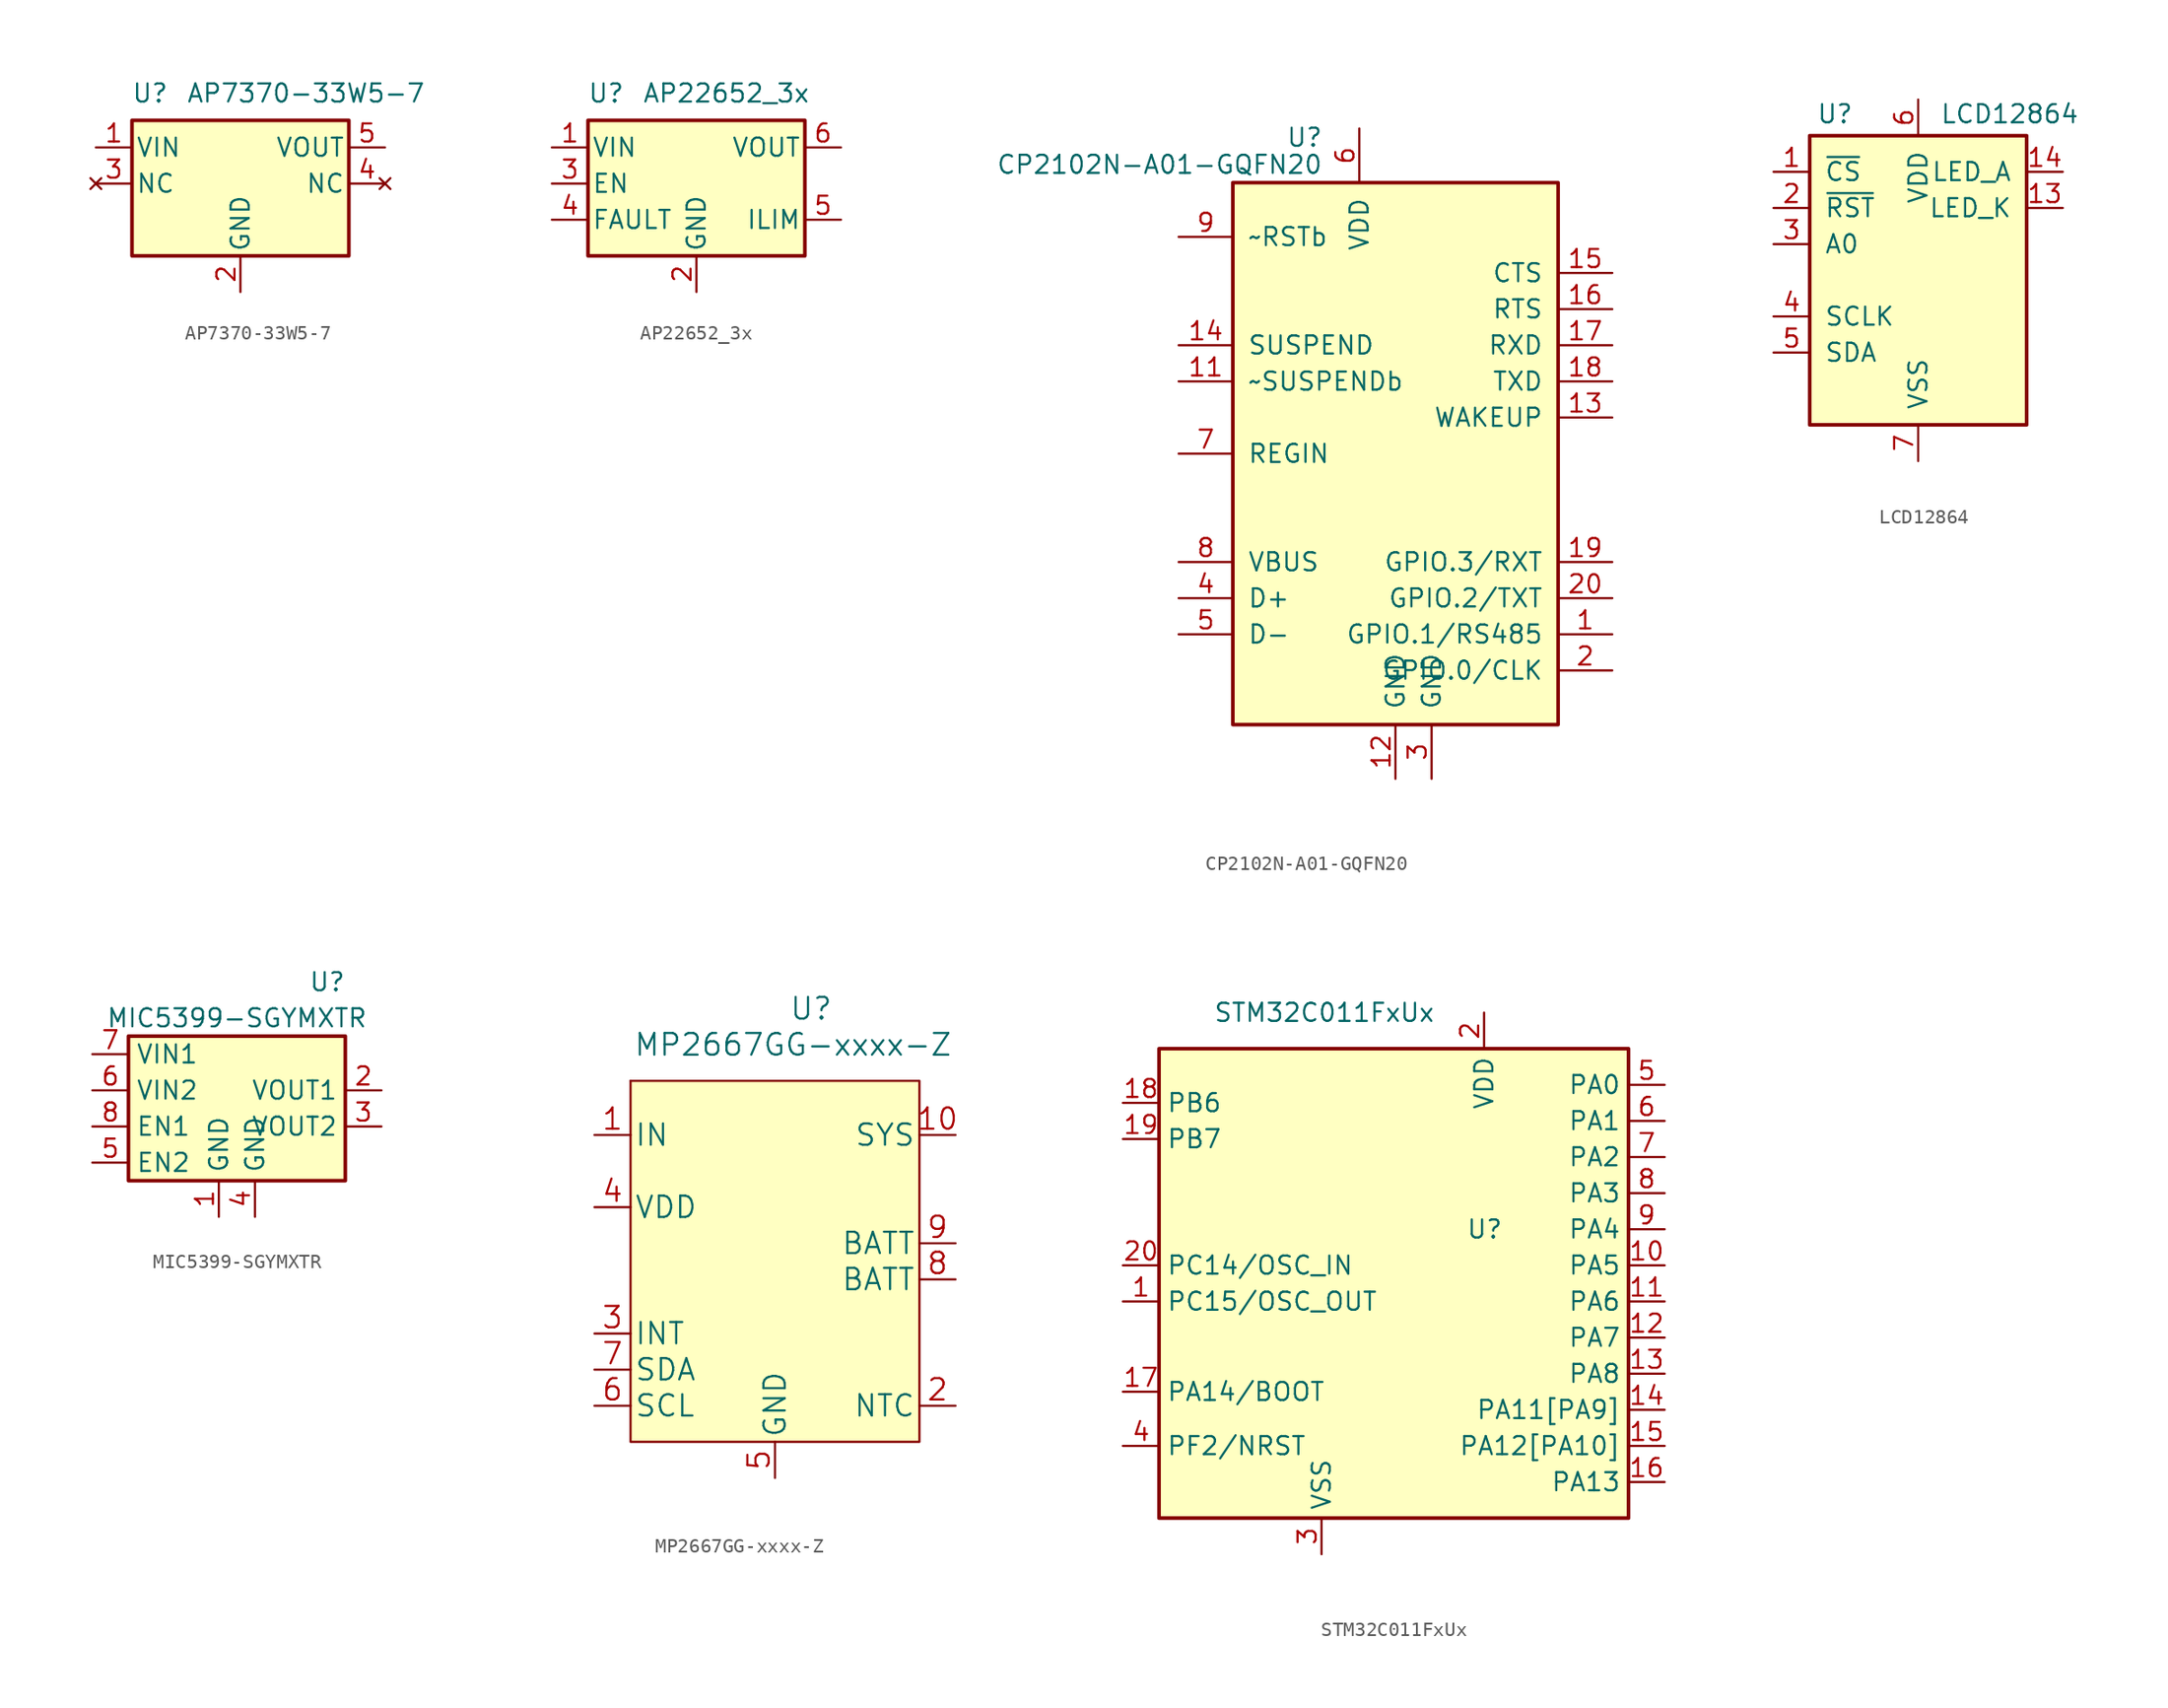
<source format=kicad_sym>
(kicad_symbol_lib
  (version 20220914)
  (generator kicad_symbol_editor)
  (symbol "AP7370-33W5-7"
    (pin_names
      (offset 0.254))
    (property "Reference" "U"
      (at -6.35 6.35 0)
      (effects (font (size 1.27 1.27))))
    (property "Value" "AP7370-33W5-7"
      (at -3.81 6.35 0)
      (effects (font (size 1.27 1.27)) (justify left)))
    (symbol "AP7370-33W5-7_0_1"
      (rectangle (start -7.62 4.445) (end 7.62 -5.08) (stroke (width 0.254) (type default)) (fill (type background))))
    (symbol "AP7370-33W5-7_1_1"
      (pin power_in line (at -10.16 2.54 0) (length 2.54) (name "VIN" (effects (font (size 1.27 1.27)))) (number "1" (effects (font (size 1.27 1.27)))))
      (pin power_in line (at 0 -7.62 90) (length 2.54) (name "GND" (effects (font (size 1.27 1.27)))) (number "2" (effects (font (size 1.27 1.27)))))
      (pin no_connect line (at -10.16 0 0) (length 2.54) (name "NC" (effects (font (size 1.27 1.27)))) (number "3" (effects (font (size 1.27 1.27)))))
      (pin no_connect line (at 10.16 0 180) (length 2.54) (name "NC" (effects (font (size 1.27 1.27)))) (number "4" (effects (font (size 1.27 1.27)))))
      (pin power_out line (at 10.16 2.54 180) (length 2.54) (name "VOUT" (effects (font (size 1.27 1.27)))) (number "5" (effects (font (size 1.27 1.27)))))))
  (symbol "AP22652_3x"
    (pin_names
      (offset 0.254))
    (property "Reference" "U"
      (at -6.35 6.35 0)
      (effects (font (size 1.27 1.27))))
    (property "Value" "AP22652_3x"
      (at -3.81 6.35 0)
      (effects (font (size 1.27 1.27)) (justify left)))
    (symbol "AP22652_3x_0_1"
      (rectangle (start -7.62 4.445) (end 7.62 -5.08) (stroke (width 0.254) (type default)) (fill (type background))))
    (symbol "AP22652_3x_1_0"
      (pin power_out line (at 10.16 2.54 180) (length 2.54) (name "VOUT" (effects (font (size 1.27 1.27)))) (number "6" (effects (font (size 1.27 1.27))))))
    (symbol "AP22652_3x_1_1"
      (pin power_in line (at -10.16 2.54 0) (length 2.54) (name "VIN" (effects (font (size 1.27 1.27)))) (number "1" (effects (font (size 1.27 1.27)))))
      (pin power_in line (at 0 -7.62 90) (length 2.54) (name "GND" (effects (font (size 1.27 1.27)))) (number "2" (effects (font (size 1.27 1.27)))))
      (pin input line (at -10.16 0 0) (length 2.54) (name "EN" (effects (font (size 1.27 1.27)))) (number "3" (effects (font (size 1.27 1.27)))))
      (pin output line (at -10.16 -2.54 0) (length 2.54) (name "FAULT" (effects (font (size 1.27 1.27)))) (number "4" (effects (font (size 1.27 1.27)))))
      (pin input line (at 10.16 -2.54 180) (length 2.54) (name "ILIM" (effects (font (size 1.27 1.27)))) (number "5" (effects (font (size 1.27 1.27)))))))
  (symbol "CP2102N-A01-GQFN20"
    (pin_names
      (offset 1.016))
    (property "Reference" "U"
      (at -5.08 22.225 0)
      (effects (font (size 1.27 1.27)) (justify right)))
    (property "Value" "CP2102N-A01-GQFN20"
      (at -5.08 20.32 0)
      (effects (font (size 1.27 1.27)) (justify right)))
    (symbol "CP2102N-A01-GQFN20_0_1"
      (rectangle (start -11.43 19.05) (end 11.43 -19.05) (stroke (width 0.254) (type default)) (fill (type background))))
    (symbol "CP2102N-A01-GQFN20_1_1"
      (pin bidirectional line (at 15.24 -12.7 180) (length 3.81) (name "GPIO.1/RS485" (effects (font (size 1.27 1.27)))) (number "1" (effects (font (size 1.27 1.27)))))
      (pin no_connect line (at 10.16 -22.86 90) (length 3.81) hide (name "NC" (effects (font (size 1.27 1.27)))) (number "10" (effects (font (size 1.27 1.27)))))
      (pin output line (at -15.24 5.08 0) (length 3.81) (name "~SUSPENDb" (effects (font (size 1.27 1.27)))) (number "11" (effects (font (size 1.27 1.27)))))
      (pin power_in line (at 0 -22.86 90) (length 3.81) (name "GND" (effects (font (size 1.27 1.27)))) (number "12" (effects (font (size 1.27 1.27)))))
      (pin input line (at 15.24 2.54 180) (length 3.81) (name "WAKEUP" (effects (font (size 1.27 1.27)))) (number "13" (effects (font (size 1.27 1.27)))))
      (pin output line (at -15.24 7.62 0) (length 3.81) (name "SUSPEND" (effects (font (size 1.27 1.27)))) (number "14" (effects (font (size 1.27 1.27)))))
      (pin input line (at 15.24 12.7 180) (length 3.81) (name "CTS" (effects (font (size 1.27 1.27)))) (number "15" (effects (font (size 1.27 1.27)))))
      (pin output line (at 15.24 10.16 180) (length 3.81) (name "RTS" (effects (font (size 1.27 1.27)))) (number "16" (effects (font (size 1.27 1.27)))))
      (pin input line (at 15.24 7.62 180) (length 3.81) (name "RXD" (effects (font (size 1.27 1.27)))) (number "17" (effects (font (size 1.27 1.27)))))
      (pin output line (at 15.24 5.08 180) (length 3.81) (name "TXD" (effects (font (size 1.27 1.27)))) (number "18" (effects (font (size 1.27 1.27)))))
      (pin bidirectional line (at 15.24 -7.62 180) (length 3.81) (name "GPIO.3/RXT" (effects (font (size 1.27 1.27)))) (number "19" (effects (font (size 1.27 1.27)))))
      (pin bidirectional line (at 15.24 -15.24 180) (length 3.81) (name "GPIO.0/CLK" (effects (font (size 1.27 1.27)))) (number "2" (effects (font (size 1.27 1.27)))))
      (pin bidirectional line (at 15.24 -10.16 180) (length 3.81) (name "GPIO.2/TXT" (effects (font (size 1.27 1.27)))) (number "20" (effects (font (size 1.27 1.27)))))
      (pin power_in line (at 2.54 -22.86 90) (length 3.81) (name "GND" (effects (font (size 1.27 1.27)))) (number "3" (effects (font (size 1.27 1.27)))))
      (pin bidirectional line (at -15.24 -10.16 0) (length 3.81) (name "D+" (effects (font (size 1.27 1.27)))) (number "4" (effects (font (size 1.27 1.27)))))
      (pin bidirectional line (at -15.24 -12.7 0) (length 3.81) (name "D-" (effects (font (size 1.27 1.27)))) (number "5" (effects (font (size 1.27 1.27)))))
      (pin power_in line (at -2.54 22.86 270) (length 3.81) (name "VDD" (effects (font (size 1.27 1.27)))) (number "6" (effects (font (size 1.27 1.27)))))
      (pin power_in line (at -15.24 0 0) (length 3.81) (name "REGIN" (effects (font (size 1.27 1.27)))) (number "7" (effects (font (size 1.27 1.27)))))
      (pin input line (at -15.24 -7.62 0) (length 3.81) (name "VBUS" (effects (font (size 1.27 1.27)))) (number "8" (effects (font (size 1.27 1.27)))))
      (pin input line (at -15.24 15.24 0) (length 3.81) (name "~RSTb" (effects (font (size 1.27 1.27)))) (number "9" (effects (font (size 1.27 1.27)))))))
  (symbol "LCD12864"
    (pin_names
      (offset 1.016))
    (property "Reference" "U"
      (at -5.842 11.684 0)
      (effects (font (size 1.27 1.27))))
    (property "Value" "LCD12864"
      (at 1.524 11.684 0)
      (effects (font (size 1.27 1.27)) (justify left)))
    (symbol "LCD12864_0_1"
      (rectangle (start -7.62 10.16) (end 7.62 -10.16) (stroke (width 0.254) (type default)) (fill (type background))))
    (symbol "LCD12864_1_0"
      (pin no_connect line (at 10.16 1.27 180) (length 2.54) hide (name "NC" (effects (font (size 1.27 1.27)))) (number "12" (effects (font (size 1.27 1.27))))))
    (symbol "LCD12864_1_1"
      (pin input line (at -10.16 7.62 0) (length 2.54) (name "~{CS}" (effects (font (size 1.27 1.27)))) (number "1" (effects (font (size 1.27 1.27)))))
      (pin no_connect line (at 10.16 -3.81 180) (length 2.54) hide (name "NC" (effects (font (size 1.27 1.27)))) (number "10" (effects (font (size 1.27 1.27)))))
      (pin no_connect line (at 10.16 -1.27 180) (length 2.54) hide (name "NC" (effects (font (size 1.27 1.27)))) (number "11" (effects (font (size 1.27 1.27)))))
      (pin output line (at 10.16 5.08 180) (length 2.54) (name "LED_K" (effects (font (size 1.27 1.27)))) (number "13" (effects (font (size 1.27 1.27)))))
      (pin output line (at 10.16 7.62 180) (length 2.54) (name "LED_A" (effects (font (size 1.27 1.27)))) (number "14" (effects (font (size 1.27 1.27)))))
      (pin input line (at -10.16 5.08 0) (length 2.54) (name "~{RST}" (effects (font (size 1.27 1.27)))) (number "2" (effects (font (size 1.27 1.27)))))
      (pin input line (at -10.16 2.54 0) (length 2.54) (name "A0" (effects (font (size 1.27 1.27)))) (number "3" (effects (font (size 1.27 1.27)))))
      (pin input line (at -10.16 -2.54 0) (length 2.54) (name "SCLK" (effects (font (size 1.27 1.27)))) (number "4" (effects (font (size 1.27 1.27)))))
      (pin input line (at -10.16 -5.08 0) (length 2.54) (name "SDA" (effects (font (size 1.27 1.27)))) (number "5" (effects (font (size 1.27 1.27)))))
      (pin power_in line (at 0 12.7 270) (length 2.54) (name "VDD" (effects (font (size 1.27 1.27)))) (number "6" (effects (font (size 1.27 1.27)))))
      (pin power_in line (at 0 -12.7 90) (length 2.54) (name "VSS" (effects (font (size 1.27 1.27)))) (number "7" (effects (font (size 1.27 1.27)))))
      (pin no_connect line (at 10.16 -8.89 180) (length 2.54) hide (name "NC" (effects (font (size 1.27 1.27)))) (number "8" (effects (font (size 1.27 1.27)))))
      (pin no_connect line (at 10.16 -6.35 180) (length 2.54) hide (name "NC" (effects (font (size 1.27 1.27)))) (number "9" (effects (font (size 1.27 1.27)))))))
  (symbol "MIC5399-SGYMXTR"
    (property "Reference" "U"
      (at 6.35 8.89 0)
      (effects (font (size 1.27 1.27))))
    (property "Value" "MIC5399-SGYMXTR"
      (at 0 6.35 0)
      (effects (font (size 1.27 1.27))))
    (symbol "MIC5399-SGYMXTR_0_0"
      (pin power_in line (at -10.16 1.27 0) (length 2.54) (name "VIN2" (effects (font (size 1.27 1.27)))) (number "6" (effects (font (size 1.27 1.27))))))
    (symbol "MIC5399-SGYMXTR_0_1"
      (rectangle (start -7.62 5.08) (end 7.62 -5.08) (stroke (width 0.254) (type default)) (fill (type background))))
    (symbol "MIC5399-SGYMXTR_1_1"
      (pin power_in line (at -1.27 -7.62 90) (length 2.54) (name "GND" (effects (font (size 1.27 1.27)))) (number "1" (effects (font (size 1.27 1.27)))))
      (pin power_out line (at 10.16 1.27 180) (length 2.54) (name "VOUT1" (effects (font (size 1.27 1.27)))) (number "2" (effects (font (size 1.27 1.27)))))
      (pin power_out line (at 10.16 -1.27 180) (length 2.54) (name "VOUT2" (effects (font (size 1.27 1.27)))) (number "3" (effects (font (size 1.27 1.27)))))
      (pin power_in line (at 1.27 -7.62 90) (length 2.54) (name "GND" (effects (font (size 1.27 1.27)))) (number "4" (effects (font (size 1.27 1.27)))))
      (pin input line (at -10.16 -3.81 0) (length 2.54) (name "EN2" (effects (font (size 1.27 1.27)))) (number "5" (effects (font (size 1.27 1.27)))))
      (pin power_in line (at -10.16 3.81 0) (length 2.54) (name "VIN1" (effects (font (size 1.27 1.27)))) (number "7" (effects (font (size 1.27 1.27)))))
      (pin input line (at -10.16 -1.27 0) (length 2.54) (name "EN1" (effects (font (size 1.27 1.27)))) (number "8" (effects (font (size 1.27 1.27)))))))
  (symbol "MP2667GG-xxxx-Z"
    (pin_names
      (offset 0.254))
    (property "Reference" "U"
      (at 2.54 17.78 0)
      (effects (font (size 1.524 1.524))))
    (property "Value" "MP2667GG-xxxx-Z"
      (at 1.27 15.24 0)
      (effects (font (size 1.524 1.524))))
    (property "Datasheet" ""
      (at -17.78 7.62 0)
      (effects (font (size 1.524 1.524))))
    (symbol "MP2667GG-xxxx-Z_0_1"
      (rectangle (start -10.16 12.7) (end -10.16 12.7) (stroke (width 0) (type default)) (fill (type background))))
    (symbol "MP2667GG-xxxx-Z_1_1"
      (rectangle (start -10.16 12.7) (end 10.16 -12.7) (stroke (width 0) (type default)) (fill (type background)))
      (pin power_in line (at -12.7 8.89 0) (length 2.54) (name "IN" (effects (font (size 1.499 1.499)))) (number "1" (effects (font (size 1.499 1.499)))))
      (pin power_in line (at 12.7 8.89 180) (length 2.54) (name "SYS" (effects (font (size 1.499 1.499)))) (number "10" (effects (font (size 1.499 1.499)))))
      (pin input line (at 12.7 -10.16 180) (length 2.54) (name "NTC" (effects (font (size 1.499 1.499)))) (number "2" (effects (font (size 1.499 1.499)))))
      (pin output line (at -12.7 -5.08 0) (length 2.54) (name "INT" (effects (font (size 1.499 1.499)))) (number "3" (effects (font (size 1.499 1.499)))))
      (pin input line (at -12.7 3.81 0) (length 2.54) (name "VDD" (effects (font (size 1.499 1.499)))) (number "4" (effects (font (size 1.499 1.499)))))
      (pin power_in line (at 0 -15.24 90) (length 2.54) (name "GND" (effects (font (size 1.499 1.499)))) (number "5" (effects (font (size 1.499 1.499)))))
      (pin bidirectional line (at -12.7 -10.16 0) (length 2.54) (name "SCL" (effects (font (size 1.499 1.499)))) (number "6" (effects (font (size 1.499 1.499)))))
      (pin bidirectional line (at -12.7 -7.62 0) (length 2.54) (name "SDA" (effects (font (size 1.499 1.499)))) (number "7" (effects (font (size 1.499 1.499)))))
      (pin power_in line (at 12.7 -1.27 180) (length 2.54) (name "BATT" (effects (font (size 1.499 1.499)))) (number "8" (effects (font (size 1.499 1.499)))))
      (pin power_in line (at 12.7 1.27 180) (length 2.54) (name "BATT" (effects (font (size 1.499 1.499)))) (number "9" (effects (font (size 1.499 1.499)))))))
  (symbol "STM32C011FxUx"
    (property "Reference" "U"
      (at -1.27 2.54 0)
      (effects (font (size 1.27 1.27)) (justify left)))
    (property "Value" "STM32C011FxUx"
      (at -19.05 17.78 0)
      (effects (font (size 1.27 1.27)) (justify left)))
    (symbol "STM32C011FxUx_0_1"
      (rectangle (start -22.86 15.24) (end 10.16 -17.78) (stroke (width 0.254) (type default)) (fill (type background))))
    (symbol "STM32C011FxUx_1_1"
      (pin bidirectional line (at -25.4 -2.54 0) (length 2.54) (name "PC15/OSC_OUT" (effects (font (size 1.27 1.27)))) (number "1" (effects (font (size 1.27 1.27)))))
      (pin bidirectional line (at 12.7 0 180) (length 2.54) (name "PA5" (effects (font (size 1.27 1.27)))) (number "10" (effects (font (size 1.27 1.27)))))
      (pin bidirectional line (at 12.7 -2.54 180) (length 2.54) (name "PA6" (effects (font (size 1.27 1.27)))) (number "11" (effects (font (size 1.27 1.27)))))
      (pin bidirectional line (at 12.7 -5.08 180) (length 2.54) (name "PA7" (effects (font (size 1.27 1.27)))) (number "12" (effects (font (size 1.27 1.27)))))
      (pin bidirectional line (at 12.7 -7.62 180) (length 2.54) (name "PA8" (effects (font (size 1.27 1.27)))) (number "13" (effects (font (size 1.27 1.27)))))
      (pin bidirectional line (at 12.7 -10.16 180) (length 2.54) (name "PA11[PA9]" (effects (font (size 1.27 1.27)))) (number "14" (effects (font (size 1.27 1.27)))))
      (pin bidirectional line (at 12.7 -12.7 180) (length 2.54) (name "PA12[PA10]" (effects (font (size 1.27 1.27)))) (number "15" (effects (font (size 1.27 1.27)))))
      (pin bidirectional line (at 12.7 -15.24 180) (length 2.54) (name "PA13" (effects (font (size 1.27 1.27)))) (number "16" (effects (font (size 1.27 1.27)))))
      (pin bidirectional line (at -25.4 -8.89 0) (length 2.54) (name "PA14/BOOT" (effects (font (size 1.27 1.27)))) (number "17" (effects (font (size 1.27 1.27)))))
      (pin bidirectional line (at -25.4 11.43 0) (length 2.54) (name "PB6" (effects (font (size 1.27 1.27)))) (number "18" (effects (font (size 1.27 1.27)))))
      (pin bidirectional line (at -25.4 8.89 0) (length 2.54) (name "PB7" (effects (font (size 1.27 1.27)))) (number "19" (effects (font (size 1.27 1.27)))))
      (pin power_in line (at 0 17.78 270) (length 2.54) (name "VDD" (effects (font (size 1.27 1.27)))) (number "2" (effects (font (size 1.27 1.27)))))
      (pin bidirectional line (at -25.4 0 0) (length 2.54) (name "PC14/OSC_IN" (effects (font (size 1.27 1.27)))) (number "20" (effects (font (size 1.27 1.27)))))
      (pin power_in line (at -11.43 -20.32 90) (length 2.54) (name "VSS" (effects (font (size 1.27 1.27)))) (number "3" (effects (font (size 1.27 1.27)))))
      (pin bidirectional line (at -25.4 -12.7 0) (length 2.54) (name "PF2/NRST" (effects (font (size 1.27 1.27)))) (number "4" (effects (font (size 1.27 1.27)))))
      (pin bidirectional line (at 12.7 12.7 180) (length 2.54) (name "PA0" (effects (font (size 1.27 1.27)))) (number "5" (effects (font (size 1.27 1.27)))))
      (pin bidirectional line (at 12.7 10.16 180) (length 2.54) (name "PA1" (effects (font (size 1.27 1.27)))) (number "6" (effects (font (size 1.27 1.27)))))
      (pin bidirectional line (at 12.7 7.62 180) (length 2.54) (name "PA2" (effects (font (size 1.27 1.27)))) (number "7" (effects (font (size 1.27 1.27)))))
      (pin bidirectional line (at 12.7 5.08 180) (length 2.54) (name "PA3" (effects (font (size 1.27 1.27)))) (number "8" (effects (font (size 1.27 1.27)))))
      (pin bidirectional line (at 12.7 2.54 180) (length 2.54) (name "PA4" (effects (font (size 1.27 1.27)))) (number "9" (effects (font (size 1.27 1.27))))))))
</source>
